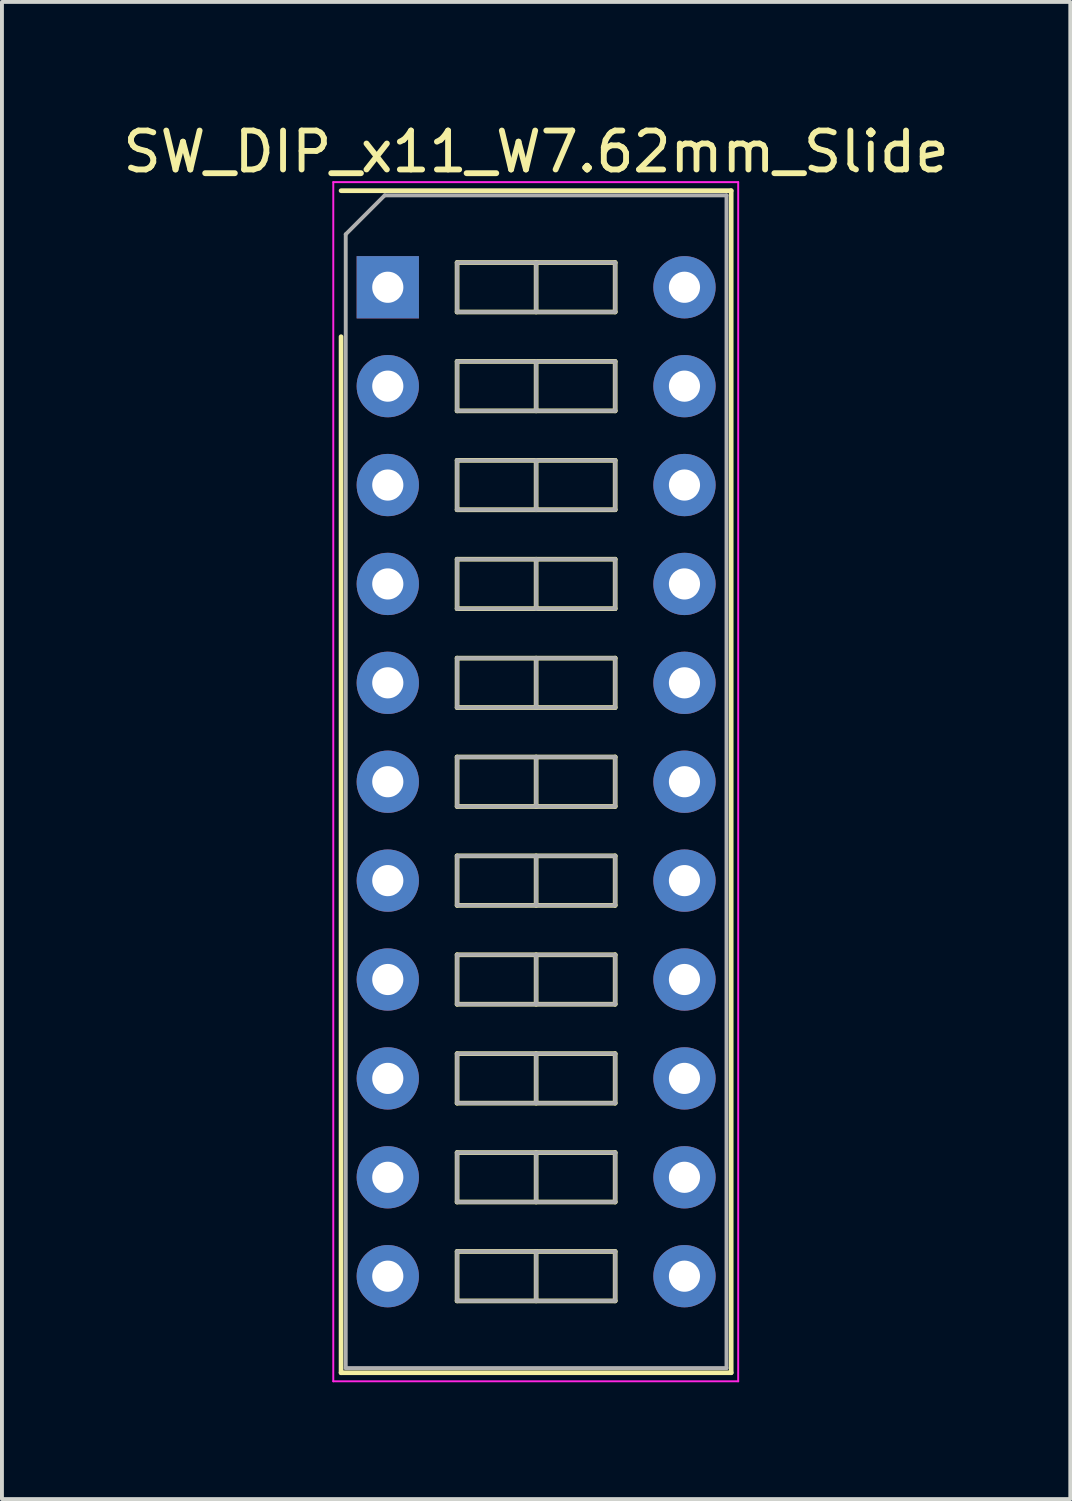
<source format=kicad_pcb>
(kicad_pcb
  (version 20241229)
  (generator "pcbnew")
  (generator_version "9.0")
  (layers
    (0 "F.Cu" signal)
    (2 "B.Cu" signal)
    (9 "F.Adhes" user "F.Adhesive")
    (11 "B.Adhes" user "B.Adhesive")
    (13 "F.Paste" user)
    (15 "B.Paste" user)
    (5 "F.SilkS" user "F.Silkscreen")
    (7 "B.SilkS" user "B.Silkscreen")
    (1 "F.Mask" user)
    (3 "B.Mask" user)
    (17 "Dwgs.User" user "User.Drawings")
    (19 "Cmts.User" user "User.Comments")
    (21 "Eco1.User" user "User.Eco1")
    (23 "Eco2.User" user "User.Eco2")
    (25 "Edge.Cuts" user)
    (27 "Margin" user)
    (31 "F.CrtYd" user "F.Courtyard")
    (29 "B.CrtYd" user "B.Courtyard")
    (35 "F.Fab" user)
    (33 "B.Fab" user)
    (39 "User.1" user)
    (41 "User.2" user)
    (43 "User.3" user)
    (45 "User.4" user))
  (footprint "SW_DIP_x11_W7.62mm_Slide"
    (layer "F.Cu")
    (at 6.91 4.328)
    (property "Reference" "SW_DIP_x11_W7.62mm_Slide" (at 3.81 -3.48 0) (layer "F.SilkS") (effects (font (size 1 1) (thickness 0.15))))
    (attr through_hole)
    (fp_line (start -1.2 -2.48) (end 8.82 -2.48) (stroke (width 0.12) (type solid)) (layer "F.SilkS"))
    (fp_line (start -1.2 27.88) (end -1.2 1.27) (stroke (width 0.12) (type solid)) (layer "F.SilkS"))
    (fp_line (start 1.78 -0.635) (end 1.78 0.635) (stroke (width 0.12) (type solid)) (layer "F.SilkS"))
    (fp_line (start 1.78 0.635) (end 5.84 0.635) (stroke (width 0.12) (type solid)) (layer "F.SilkS"))
    (fp_line (start 1.78 1.905) (end 1.78 3.175) (stroke (width 0.12) (type solid)) (layer "F.SilkS"))
    (fp_line (start 1.78 3.175) (end 5.84 3.175) (stroke (width 0.12) (type solid)) (layer "F.SilkS"))
    (fp_line (start 1.78 4.445) (end 1.78 5.715) (stroke (width 0.12) (type solid)) (layer "F.SilkS"))
    (fp_line (start 1.78 5.715) (end 5.84 5.715) (stroke (width 0.12) (type solid)) (layer "F.SilkS"))
    (fp_line (start 1.78 6.985) (end 1.78 8.255) (stroke (width 0.12) (type solid)) (layer "F.SilkS"))
    (fp_line (start 1.78 8.255) (end 5.84 8.255) (stroke (width 0.12) (type solid)) (layer "F.SilkS"))
    (fp_line (start 1.78 9.525) (end 1.78 10.795) (stroke (width 0.12) (type solid)) (layer "F.SilkS"))
    (fp_line (start 1.78 10.795) (end 5.84 10.795) (stroke (width 0.12) (type solid)) (layer "F.SilkS"))
    (fp_line (start 1.78 12.065) (end 1.78 13.335) (stroke (width 0.12) (type solid)) (layer "F.SilkS"))
    (fp_line (start 1.78 13.335) (end 5.84 13.335) (stroke (width 0.12) (type solid)) (layer "F.SilkS"))
    (fp_line (start 1.78 14.605) (end 1.78 15.875) (stroke (width 0.12) (type solid)) (layer "F.SilkS"))
    (fp_line (start 1.78 15.875) (end 5.84 15.875) (stroke (width 0.12) (type solid)) (layer "F.SilkS"))
    (fp_line (start 1.78 17.145) (end 1.78 18.415) (stroke (width 0.12) (type solid)) (layer "F.SilkS"))
    (fp_line (start 1.78 18.415) (end 5.84 18.415) (stroke (width 0.12) (type solid)) (layer "F.SilkS"))
    (fp_line (start 1.78 19.685) (end 1.78 20.955) (stroke (width 0.12) (type solid)) (layer "F.SilkS"))
    (fp_line (start 1.78 20.955) (end 5.84 20.955) (stroke (width 0.12) (type solid)) (layer "F.SilkS"))
    (fp_line (start 1.78 22.225) (end 1.78 23.495) (stroke (width 0.12) (type solid)) (layer "F.SilkS"))
    (fp_line (start 1.78 23.495) (end 5.84 23.495) (stroke (width 0.12) (type solid)) (layer "F.SilkS"))
    (fp_line (start 1.78 24.765) (end 1.78 26.035) (stroke (width 0.12) (type solid)) (layer "F.SilkS"))
    (fp_line (start 1.78 26.035) (end 5.84 26.035) (stroke (width 0.12) (type solid)) (layer "F.SilkS"))
    (fp_line (start 3.81 -0.635) (end 3.81 0.635) (stroke (width 0.12) (type solid)) (layer "F.SilkS"))
    (fp_line (start 3.81 1.905) (end 3.81 3.175) (stroke (width 0.12) (type solid)) (layer "F.SilkS"))
    (fp_line (start 3.81 4.445) (end 3.81 5.715) (stroke (width 0.12) (type solid)) (layer "F.SilkS"))
    (fp_line (start 3.81 6.985) (end 3.81 8.255) (stroke (width 0.12) (type solid)) (layer "F.SilkS"))
    (fp_line (start 3.81 9.525) (end 3.81 10.795) (stroke (width 0.12) (type solid)) (layer "F.SilkS"))
    (fp_line (start 3.81 12.065) (end 3.81 13.335) (stroke (width 0.12) (type solid)) (layer "F.SilkS"))
    (fp_line (start 3.81 14.605) (end 3.81 15.875) (stroke (width 0.12) (type solid)) (layer "F.SilkS"))
    (fp_line (start 3.81 17.145) (end 3.81 18.415) (stroke (width 0.12) (type solid)) (layer "F.SilkS"))
    (fp_line (start 3.81 19.685) (end 3.81 20.955) (stroke (width 0.12) (type solid)) (layer "F.SilkS"))
    (fp_line (start 3.81 22.225) (end 3.81 23.495) (stroke (width 0.12) (type solid)) (layer "F.SilkS"))
    (fp_line (start 3.81 24.765) (end 3.81 26.035) (stroke (width 0.12) (type solid)) (layer "F.SilkS"))
    (fp_line (start 5.84 -0.635) (end 1.78 -0.635) (stroke (width 0.12) (type solid)) (layer "F.SilkS"))
    (fp_line (start 5.84 0.635) (end 5.84 -0.635) (stroke (width 0.12) (type solid)) (layer "F.SilkS"))
    (fp_line (start 5.84 1.905) (end 1.78 1.905) (stroke (width 0.12) (type solid)) (layer "F.SilkS"))
    (fp_line (start 5.84 3.175) (end 5.84 1.905) (stroke (width 0.12) (type solid)) (layer "F.SilkS"))
    (fp_line (start 5.84 4.445) (end 1.78 4.445) (stroke (width 0.12) (type solid)) (layer "F.SilkS"))
    (fp_line (start 5.84 5.715) (end 5.84 4.445) (stroke (width 0.12) (type solid)) (layer "F.SilkS"))
    (fp_line (start 5.84 6.985) (end 1.78 6.985) (stroke (width 0.12) (type solid)) (layer "F.SilkS"))
    (fp_line (start 5.84 8.255) (end 5.84 6.985) (stroke (width 0.12) (type solid)) (layer "F.SilkS"))
    (fp_line (start 5.84 9.525) (end 1.78 9.525) (stroke (width 0.12) (type solid)) (layer "F.SilkS"))
    (fp_line (start 5.84 10.795) (end 5.84 9.525) (stroke (width 0.12) (type solid)) (layer "F.SilkS"))
    (fp_line (start 5.84 12.065) (end 1.78 12.065) (stroke (width 0.12) (type solid)) (layer "F.SilkS"))
    (fp_line (start 5.84 13.335) (end 5.84 12.065) (stroke (width 0.12) (type solid)) (layer "F.SilkS"))
    (fp_line (start 5.84 14.605) (end 1.78 14.605) (stroke (width 0.12) (type solid)) (layer "F.SilkS"))
    (fp_line (start 5.84 15.875) (end 5.84 14.605) (stroke (width 0.12) (type solid)) (layer "F.SilkS"))
    (fp_line (start 5.84 17.145) (end 1.78 17.145) (stroke (width 0.12) (type solid)) (layer "F.SilkS"))
    (fp_line (start 5.84 18.415) (end 5.84 17.145) (stroke (width 0.12) (type solid)) (layer "F.SilkS"))
    (fp_line (start 5.84 19.685) (end 1.78 19.685) (stroke (width 0.12) (type solid)) (layer "F.SilkS"))
    (fp_line (start 5.84 20.955) (end 5.84 19.685) (stroke (width 0.12) (type solid)) (layer "F.SilkS"))
    (fp_line (start 5.84 22.225) (end 1.78 22.225) (stroke (width 0.12) (type solid)) (layer "F.SilkS"))
    (fp_line (start 5.84 23.495) (end 5.84 22.225) (stroke (width 0.12) (type solid)) (layer "F.SilkS"))
    (fp_line (start 5.84 24.765) (end 1.78 24.765) (stroke (width 0.12) (type solid)) (layer "F.SilkS"))
    (fp_line (start 5.84 26.035) (end 5.84 24.765) (stroke (width 0.12) (type solid)) (layer "F.SilkS"))
    (fp_line (start 8.82 -2.48) (end 8.82 27.88) (stroke (width 0.12) (type solid)) (layer "F.SilkS"))
    (fp_line (start 8.82 27.88) (end -1.2 27.88) (stroke (width 0.12) (type solid)) (layer "F.SilkS"))
    (fp_line (start -1.4 -2.7) (end -1.4 28.1) (stroke (width 0.05) (type solid)) (layer "F.CrtYd"))
    (fp_line (start -1.4 28.1) (end 9 28.1) (stroke (width 0.05) (type solid)) (layer "F.CrtYd"))
    (fp_line (start 9 -2.7) (end -1.4 -2.7) (stroke (width 0.05) (type solid)) (layer "F.CrtYd"))
    (fp_line (start 9 28.1) (end 9 -2.7) (stroke (width 0.05) (type solid)) (layer "F.CrtYd"))
    (fp_line (start -1.08 -1.36) (end -0.08 -2.36) (stroke (width 0.1) (type solid)) (layer "F.Fab"))
    (fp_line (start -1.08 27.76) (end -1.08 -1.36) (stroke (width 0.1) (type solid)) (layer "F.Fab"))
    (fp_line (start -0.08 -2.36) (end 8.7 -2.36) (stroke (width 0.1) (type solid)) (layer "F.Fab"))
    (fp_line (start 1.78 -0.635) (end 1.78 0.635) (stroke (width 0.1) (type solid)) (layer "F.Fab"))
    (fp_line (start 1.78 0.635) (end 5.84 0.635) (stroke (width 0.1) (type solid)) (layer "F.Fab"))
    (fp_line (start 1.78 1.905) (end 1.78 3.175) (stroke (width 0.1) (type solid)) (layer "F.Fab"))
    (fp_line (start 1.78 3.175) (end 5.84 3.175) (stroke (width 0.1) (type solid)) (layer "F.Fab"))
    (fp_line (start 1.78 4.445) (end 1.78 5.715) (stroke (width 0.1) (type solid)) (layer "F.Fab"))
    (fp_line (start 1.78 5.715) (end 5.84 5.715) (stroke (width 0.1) (type solid)) (layer "F.Fab"))
    (fp_line (start 1.78 6.985) (end 1.78 8.255) (stroke (width 0.1) (type solid)) (layer "F.Fab"))
    (fp_line (start 1.78 8.255) (end 5.84 8.255) (stroke (width 0.1) (type solid)) (layer "F.Fab"))
    (fp_line (start 1.78 9.525) (end 1.78 10.795) (stroke (width 0.1) (type solid)) (layer "F.Fab"))
    (fp_line (start 1.78 10.795) (end 5.84 10.795) (stroke (width 0.1) (type solid)) (layer "F.Fab"))
    (fp_line (start 1.78 12.065) (end 1.78 13.335) (stroke (width 0.1) (type solid)) (layer "F.Fab"))
    (fp_line (start 1.78 13.335) (end 5.84 13.335) (stroke (width 0.1) (type solid)) (layer "F.Fab"))
    (fp_line (start 1.78 14.605) (end 1.78 15.875) (stroke (width 0.1) (type solid)) (layer "F.Fab"))
    (fp_line (start 1.78 15.875) (end 5.84 15.875) (stroke (width 0.1) (type solid)) (layer "F.Fab"))
    (fp_line (start 1.78 17.145) (end 1.78 18.415) (stroke (width 0.1) (type solid)) (layer "F.Fab"))
    (fp_line (start 1.78 18.415) (end 5.84 18.415) (stroke (width 0.1) (type solid)) (layer "F.Fab"))
    (fp_line (start 1.78 19.685) (end 1.78 20.955) (stroke (width 0.1) (type solid)) (layer "F.Fab"))
    (fp_line (start 1.78 20.955) (end 5.84 20.955) (stroke (width 0.1) (type solid)) (layer "F.Fab"))
    (fp_line (start 1.78 22.225) (end 1.78 23.495) (stroke (width 0.1) (type solid)) (layer "F.Fab"))
    (fp_line (start 1.78 23.495) (end 5.84 23.495) (stroke (width 0.1) (type solid)) (layer "F.Fab"))
    (fp_line (start 1.78 24.765) (end 1.78 26.035) (stroke (width 0.1) (type solid)) (layer "F.Fab"))
    (fp_line (start 1.78 26.035) (end 5.84 26.035) (stroke (width 0.1) (type solid)) (layer "F.Fab"))
    (fp_line (start 3.81 -0.635) (end 3.81 0.635) (stroke (width 0.1) (type solid)) (layer "F.Fab"))
    (fp_line (start 3.81 1.905) (end 3.81 3.175) (stroke (width 0.1) (type solid)) (layer "F.Fab"))
    (fp_line (start 3.81 4.445) (end 3.81 5.715) (stroke (width 0.1) (type solid)) (layer "F.Fab"))
    (fp_line (start 3.81 6.985) (end 3.81 8.255) (stroke (width 0.1) (type solid)) (layer "F.Fab"))
    (fp_line (start 3.81 9.525) (end 3.81 10.795) (stroke (width 0.1) (type solid)) (layer "F.Fab"))
    (fp_line (start 3.81 12.065) (end 3.81 13.335) (stroke (width 0.1) (type solid)) (layer "F.Fab"))
    (fp_line (start 3.81 14.605) (end 3.81 15.875) (stroke (width 0.1) (type solid)) (layer "F.Fab"))
    (fp_line (start 3.81 17.145) (end 3.81 18.415) (stroke (width 0.1) (type solid)) (layer "F.Fab"))
    (fp_line (start 3.81 19.685) (end 3.81 20.955) (stroke (width 0.1) (type solid)) (layer "F.Fab"))
    (fp_line (start 3.81 22.225) (end 3.81 23.495) (stroke (width 0.1) (type solid)) (layer "F.Fab"))
    (fp_line (start 3.81 24.765) (end 3.81 26.035) (stroke (width 0.1) (type solid)) (layer "F.Fab"))
    (fp_line (start 5.84 -0.635) (end 1.78 -0.635) (stroke (width 0.1) (type solid)) (layer "F.Fab"))
    (fp_line (start 5.84 0.635) (end 5.84 -0.635) (stroke (width 0.1) (type solid)) (layer "F.Fab"))
    (fp_line (start 5.84 1.905) (end 1.78 1.905) (stroke (width 0.1) (type solid)) (layer "F.Fab"))
    (fp_line (start 5.84 3.175) (end 5.84 1.905) (stroke (width 0.1) (type solid)) (layer "F.Fab"))
    (fp_line (start 5.84 4.445) (end 1.78 4.445) (stroke (width 0.1) (type solid)) (layer "F.Fab"))
    (fp_line (start 5.84 5.715) (end 5.84 4.445) (stroke (width 0.1) (type solid)) (layer "F.Fab"))
    (fp_line (start 5.84 6.985) (end 1.78 6.985) (stroke (width 0.1) (type solid)) (layer "F.Fab"))
    (fp_line (start 5.84 8.255) (end 5.84 6.985) (stroke (width 0.1) (type solid)) (layer "F.Fab"))
    (fp_line (start 5.84 9.525) (end 1.78 9.525) (stroke (width 0.1) (type solid)) (layer "F.Fab"))
    (fp_line (start 5.84 10.795) (end 5.84 9.525) (stroke (width 0.1) (type solid)) (layer "F.Fab"))
    (fp_line (start 5.84 12.065) (end 1.78 12.065) (stroke (width 0.1) (type solid)) (layer "F.Fab"))
    (fp_line (start 5.84 13.335) (end 5.84 12.065) (stroke (width 0.1) (type solid)) (layer "F.Fab"))
    (fp_line (start 5.84 14.605) (end 1.78 14.605) (stroke (width 0.1) (type solid)) (layer "F.Fab"))
    (fp_line (start 5.84 15.875) (end 5.84 14.605) (stroke (width 0.1) (type solid)) (layer "F.Fab"))
    (fp_line (start 5.84 17.145) (end 1.78 17.145) (stroke (width 0.1) (type solid)) (layer "F.Fab"))
    (fp_line (start 5.84 18.415) (end 5.84 17.145) (stroke (width 0.1) (type solid)) (layer "F.Fab"))
    (fp_line (start 5.84 19.685) (end 1.78 19.685) (stroke (width 0.1) (type solid)) (layer "F.Fab"))
    (fp_line (start 5.84 20.955) (end 5.84 19.685) (stroke (width 0.1) (type solid)) (layer "F.Fab"))
    (fp_line (start 5.84 22.225) (end 1.78 22.225) (stroke (width 0.1) (type solid)) (layer "F.Fab"))
    (fp_line (start 5.84 23.495) (end 5.84 22.225) (stroke (width 0.1) (type solid)) (layer "F.Fab"))
    (fp_line (start 5.84 24.765) (end 1.78 24.765) (stroke (width 0.1) (type solid)) (layer "F.Fab"))
    (fp_line (start 5.84 26.035) (end 5.84 24.765) (stroke (width 0.1) (type solid)) (layer "F.Fab"))
    (fp_line (start 8.7 -2.36) (end 8.7 27.76) (stroke (width 0.1) (type solid)) (layer "F.Fab"))
    (fp_line (start 8.7 27.76) (end -1.08 27.76) (stroke (width 0.1) (type solid)) (layer "F.Fab"))
    (pad "1" thru_hole rect (at 0 0) (size 1.6 1.6) (drill 0.8) (layers "*.Cu" "*.Mask"))
    (pad "2" thru_hole oval (at 0 2.54) (size 1.6 1.6) (drill 0.8) (layers "*.Cu" "*.Mask"))
    (pad "3" thru_hole oval (at 0 5.08) (size 1.6 1.6) (drill 0.8) (layers "*.Cu" "*.Mask"))
    (pad "4" thru_hole oval (at 0 7.62) (size 1.6 1.6) (drill 0.8) (layers "*.Cu" "*.Mask"))
    (pad "5" thru_hole oval (at 0 10.16) (size 1.6 1.6) (drill 0.8) (layers "*.Cu" "*.Mask"))
    (pad "6" thru_hole oval (at 0 12.7) (size 1.6 1.6) (drill 0.8) (layers "*.Cu" "*.Mask"))
    (pad "7" thru_hole oval (at 0 15.24) (size 1.6 1.6) (drill 0.8) (layers "*.Cu" "*.Mask"))
    (pad "8" thru_hole oval (at 0 17.78) (size 1.6 1.6) (drill 0.8) (layers "*.Cu" "*.Mask"))
    (pad "9" thru_hole oval (at 0 20.32) (size 1.6 1.6) (drill 0.8) (layers "*.Cu" "*.Mask"))
    (pad "10" thru_hole oval (at 0 22.86) (size 1.6 1.6) (drill 0.8) (layers "*.Cu" "*.Mask"))
    (pad "11" thru_hole oval (at 0 25.4) (size 1.6 1.6) (drill 0.8) (layers "*.Cu" "*.Mask"))
    (pad "12" thru_hole oval (at 7.62 25.4) (size 1.6 1.6) (drill 0.8) (layers "*.Cu" "*.Mask"))
    (pad "13" thru_hole oval (at 7.62 22.86) (size 1.6 1.6) (drill 0.8) (layers "*.Cu" "*.Mask"))
    (pad "14" thru_hole oval (at 7.62 20.32) (size 1.6 1.6) (drill 0.8) (layers "*.Cu" "*.Mask"))
    (pad "15" thru_hole oval (at 7.62 17.78) (size 1.6 1.6) (drill 0.8) (layers "*.Cu" "*.Mask"))
    (pad "16" thru_hole oval (at 7.62 15.24) (size 1.6 1.6) (drill 0.8) (layers "*.Cu" "*.Mask"))
    (pad "17" thru_hole oval (at 7.62 12.7) (size 1.6 1.6) (drill 0.8) (layers "*.Cu" "*.Mask"))
    (pad "18" thru_hole oval (at 7.62 10.16) (size 1.6 1.6) (drill 0.8) (layers "*.Cu" "*.Mask"))
    (pad "19" thru_hole oval (at 7.62 7.62) (size 1.6 1.6) (drill 0.8) (layers "*.Cu" "*.Mask"))
    (pad "20" thru_hole oval (at 7.62 5.08) (size 1.6 1.6) (drill 0.8) (layers "*.Cu" "*.Mask"))
    (pad "21" thru_hole oval (at 7.62 2.54) (size 1.6 1.6) (drill 0.8) (layers "*.Cu" "*.Mask"))
    (pad "22" thru_hole oval (at 7.62 0) (size 1.6 1.6) (drill 0.8) (layers "*.Cu" "*.Mask")))
  (gr_rect
    (start -3 -3)
    (end 24.44 35.453)
    (stroke (width 0.1) (type default))
    (fill no)
    (layer "Edge.Cuts")))
</source>
